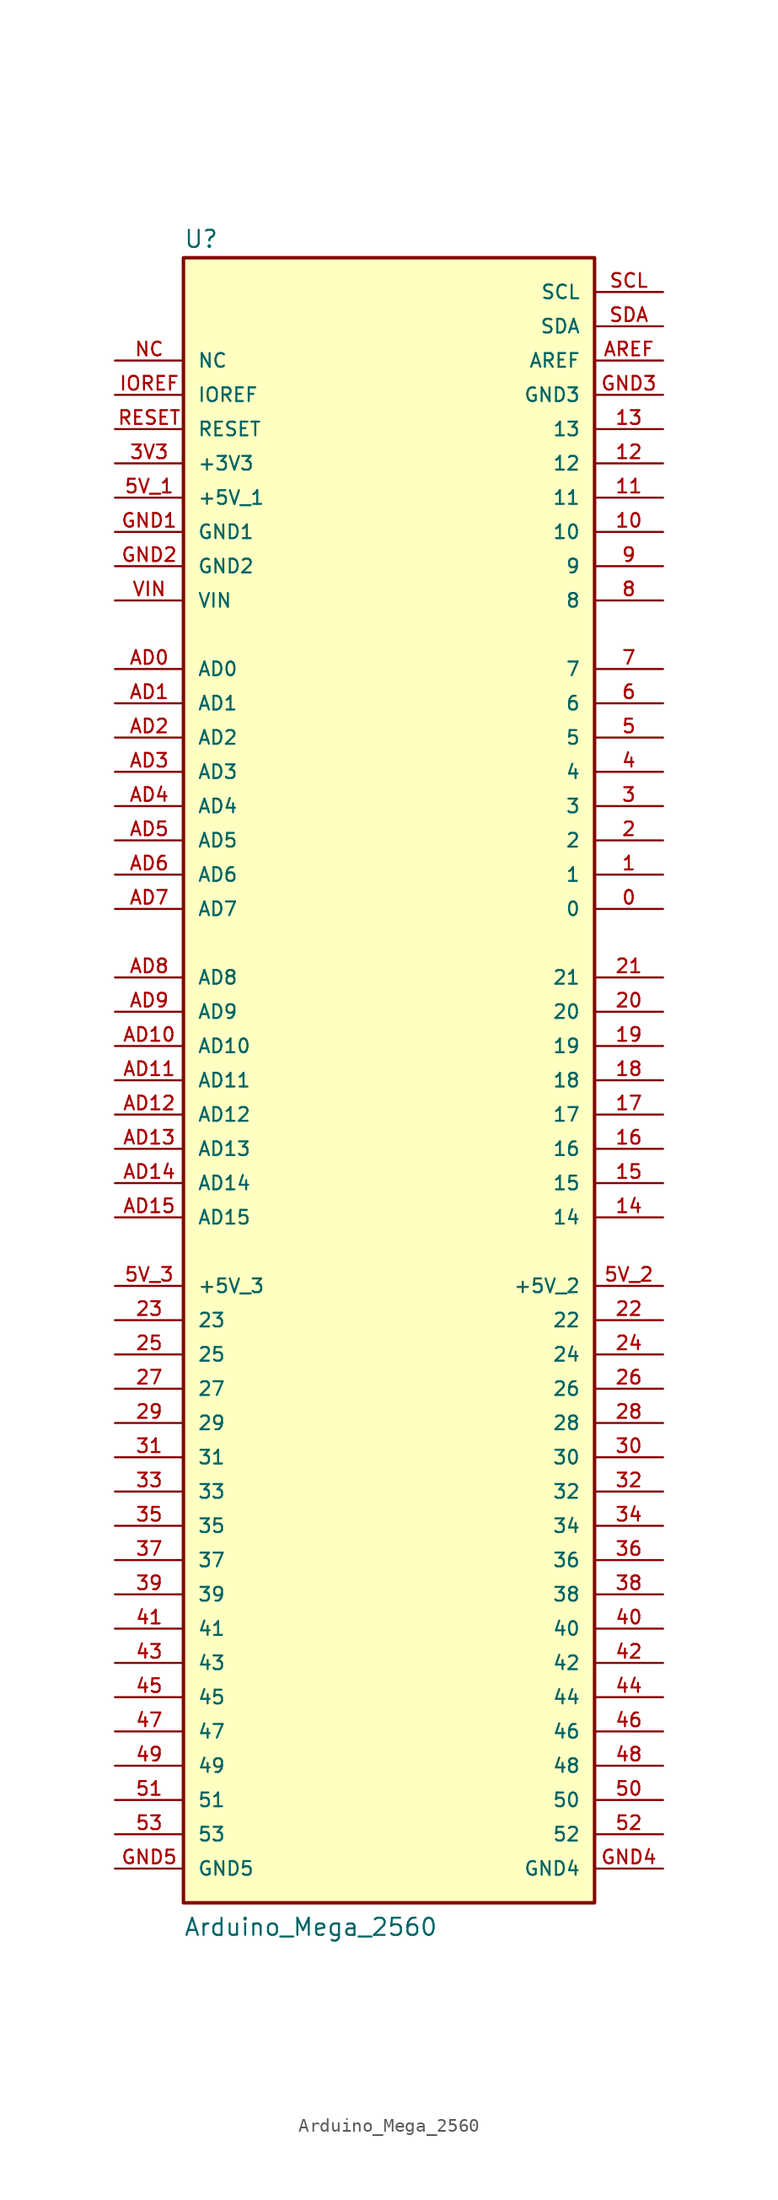
<source format=kicad_sym>
(kicad_symbol_lib
  (version 20241209)
  (generator "kicad_symbol_editor")
  (generator_version "9.0")
  (symbol "Arduino_Mega_2560"
    (pin_names
      (offset 1.016))
    (property "Reference" "U"
      (at -15.24 61.595 0)
      (effects (font (size 1.27 1.27)) (justify left bottom)))
    (property "Value" "Arduino_Mega_2560"
      (at -15.24 -63.5 0)
      (effects (font (size 1.27 1.27)) (justify left bottom)))
    (symbol "Arduino_Mega_2560_0_0"
      (rectangle (start -15.24 60.96) (end 15.24 -60.96) (stroke (width 0.254) (type default)) (fill (type background)))
      (pin passive line (at -20.32 53.34 0) (length 5.08) (name "NC" (effects (font (size 1.016 1.016)))) (number "NC" (effects (font (size 1.016 1.016)))))
      (pin passive line (at -20.32 50.8 0) (length 5.08) (name "IOREF" (effects (font (size 1.016 1.016)))) (number "IOREF" (effects (font (size 1.016 1.016)))))
      (pin passive line (at -20.32 48.26 0) (length 5.08) (name "RESET" (effects (font (size 1.016 1.016)))) (number "RESET" (effects (font (size 1.016 1.016)))))
      (pin passive line (at -20.32 45.72 0) (length 5.08) (name "+3V3" (effects (font (size 1.016 1.016)))) (number "3V3" (effects (font (size 1.016 1.016)))))
      (pin passive line (at -20.32 43.18 0) (length 5.08) (name "+5V_1" (effects (font (size 1.016 1.016)))) (number "5V_1" (effects (font (size 1.016 1.016)))))
      (pin passive line (at -20.32 40.64 0) (length 5.08) (name "GND1" (effects (font (size 1.016 1.016)))) (number "GND1" (effects (font (size 1.016 1.016)))))
      (pin passive line (at -20.32 38.1 0) (length 5.08) (name "GND2" (effects (font (size 1.016 1.016)))) (number "GND2" (effects (font (size 1.016 1.016)))))
      (pin passive line (at -20.32 35.56 0) (length 5.08) (name "VIN" (effects (font (size 1.016 1.016)))) (number "VIN" (effects (font (size 1.016 1.016)))))
      (pin passive line (at -20.32 30.48 0) (length 5.08) (name "AD0" (effects (font (size 1.016 1.016)))) (number "AD0" (effects (font (size 1.016 1.016)))))
      (pin passive line (at -20.32 27.94 0) (length 5.08) (name "AD1" (effects (font (size 1.016 1.016)))) (number "AD1" (effects (font (size 1.016 1.016)))))
      (pin passive line (at -20.32 25.4 0) (length 5.08) (name "AD2" (effects (font (size 1.016 1.016)))) (number "AD2" (effects (font (size 1.016 1.016)))))
      (pin passive line (at -20.32 22.86 0) (length 5.08) (name "AD3" (effects (font (size 1.016 1.016)))) (number "AD3" (effects (font (size 1.016 1.016)))))
      (pin passive line (at -20.32 20.32 0) (length 5.08) (name "AD4" (effects (font (size 1.016 1.016)))) (number "AD4" (effects (font (size 1.016 1.016)))))
      (pin passive line (at -20.32 17.78 0) (length 5.08) (name "AD5" (effects (font (size 1.016 1.016)))) (number "AD5" (effects (font (size 1.016 1.016)))))
      (pin passive line (at -20.32 15.24 0) (length 5.08) (name "AD6" (effects (font (size 1.016 1.016)))) (number "AD6" (effects (font (size 1.016 1.016)))))
      (pin passive line (at -20.32 12.7 0) (length 5.08) (name "AD7" (effects (font (size 1.016 1.016)))) (number "AD7" (effects (font (size 1.016 1.016)))))
      (pin passive line (at -20.32 7.62 0) (length 5.08) (name "AD8" (effects (font (size 1.016 1.016)))) (number "AD8" (effects (font (size 1.016 1.016)))))
      (pin passive line (at -20.32 5.08 0) (length 5.08) (name "AD9" (effects (font (size 1.016 1.016)))) (number "AD9" (effects (font (size 1.016 1.016)))))
      (pin passive line (at -20.32 2.54 0) (length 5.08) (name "AD10" (effects (font (size 1.016 1.016)))) (number "AD10" (effects (font (size 1.016 1.016)))))
      (pin passive line (at -20.32 0 0) (length 5.08) (name "AD11" (effects (font (size 1.016 1.016)))) (number "AD11" (effects (font (size 1.016 1.016)))))
      (pin passive line (at -20.32 -2.54 0) (length 5.08) (name "AD12" (effects (font (size 1.016 1.016)))) (number "AD12" (effects (font (size 1.016 1.016)))))
      (pin passive line (at -20.32 -5.08 0) (length 5.08) (name "AD13" (effects (font (size 1.016 1.016)))) (number "AD13" (effects (font (size 1.016 1.016)))))
      (pin passive line (at -20.32 -7.62 0) (length 5.08) (name "AD14" (effects (font (size 1.016 1.016)))) (number "AD14" (effects (font (size 1.016 1.016)))))
      (pin passive line (at -20.32 -10.16 0) (length 5.08) (name "AD15" (effects (font (size 1.016 1.016)))) (number "AD15" (effects (font (size 1.016 1.016)))))
      (pin passive line (at -20.32 -15.24 0) (length 5.08) (name "+5V_3" (effects (font (size 1.016 1.016)))) (number "5V_3" (effects (font (size 1.016 1.016)))))
      (pin passive line (at -20.32 -17.78 0) (length 5.08) (name "23" (effects (font (size 1.016 1.016)))) (number "23" (effects (font (size 1.016 1.016)))))
      (pin passive line (at -20.32 -20.32 0) (length 5.08) (name "25" (effects (font (size 1.016 1.016)))) (number "25" (effects (font (size 1.016 1.016)))))
      (pin passive line (at -20.32 -22.86 0) (length 5.08) (name "27" (effects (font (size 1.016 1.016)))) (number "27" (effects (font (size 1.016 1.016)))))
      (pin passive line (at -20.32 -25.4 0) (length 5.08) (name "29" (effects (font (size 1.016 1.016)))) (number "29" (effects (font (size 1.016 1.016)))))
      (pin passive line (at -20.32 -27.94 0) (length 5.08) (name "31" (effects (font (size 1.016 1.016)))) (number "31" (effects (font (size 1.016 1.016)))))
      (pin passive line (at -20.32 -30.48 0) (length 5.08) (name "33" (effects (font (size 1.016 1.016)))) (number "33" (effects (font (size 1.016 1.016)))))
      (pin passive line (at -20.32 -33.02 0) (length 5.08) (name "35" (effects (font (size 1.016 1.016)))) (number "35" (effects (font (size 1.016 1.016)))))
      (pin passive line (at -20.32 -35.56 0) (length 5.08) (name "37" (effects (font (size 1.016 1.016)))) (number "37" (effects (font (size 1.016 1.016)))))
      (pin passive line (at -20.32 -38.1 0) (length 5.08) (name "39" (effects (font (size 1.016 1.016)))) (number "39" (effects (font (size 1.016 1.016)))))
      (pin passive line (at -20.32 -40.64 0) (length 5.08) (name "41" (effects (font (size 1.016 1.016)))) (number "41" (effects (font (size 1.016 1.016)))))
      (pin passive line (at -20.32 -43.18 0) (length 5.08) (name "43" (effects (font (size 1.016 1.016)))) (number "43" (effects (font (size 1.016 1.016)))))
      (pin passive line (at -20.32 -45.72 0) (length 5.08) (name "45" (effects (font (size 1.016 1.016)))) (number "45" (effects (font (size 1.016 1.016)))))
      (pin passive line (at -20.32 -48.26 0) (length 5.08) (name "47" (effects (font (size 1.016 1.016)))) (number "47" (effects (font (size 1.016 1.016)))))
      (pin passive line (at -20.32 -50.8 0) (length 5.08) (name "49" (effects (font (size 1.016 1.016)))) (number "49" (effects (font (size 1.016 1.016)))))
      (pin passive line (at -20.32 -53.34 0) (length 5.08) (name "51" (effects (font (size 1.016 1.016)))) (number "51" (effects (font (size 1.016 1.016)))))
      (pin passive line (at -20.32 -55.88 0) (length 5.08) (name "53" (effects (font (size 1.016 1.016)))) (number "53" (effects (font (size 1.016 1.016)))))
      (pin passive line (at -20.32 -58.42 0) (length 5.08) (name "GND5" (effects (font (size 1.016 1.016)))) (number "GND5" (effects (font (size 1.016 1.016)))))
      (pin passive line (at 20.32 58.42 180) (length 5.08) (name "SCL" (effects (font (size 1.016 1.016)))) (number "SCL" (effects (font (size 1.016 1.016)))))
      (pin passive line (at 20.32 55.88 180) (length 5.08) (name "SDA" (effects (font (size 1.016 1.016)))) (number "SDA" (effects (font (size 1.016 1.016)))))
      (pin passive line (at 20.32 53.34 180) (length 5.08) (name "AREF" (effects (font (size 1.016 1.016)))) (number "AREF" (effects (font (size 1.016 1.016)))))
      (pin passive line (at 20.32 50.8 180) (length 5.08) (name "GND3" (effects (font (size 1.016 1.016)))) (number "GND3" (effects (font (size 1.016 1.016)))))
      (pin passive line (at 20.32 48.26 180) (length 5.08) (name "13" (effects (font (size 1.016 1.016)))) (number "13" (effects (font (size 1.016 1.016)))))
      (pin passive line (at 20.32 45.72 180) (length 5.08) (name "12" (effects (font (size 1.016 1.016)))) (number "12" (effects (font (size 1.016 1.016)))))
      (pin passive line (at 20.32 43.18 180) (length 5.08) (name "11" (effects (font (size 1.016 1.016)))) (number "11" (effects (font (size 1.016 1.016)))))
      (pin passive line (at 20.32 40.64 180) (length 5.08) (name "10" (effects (font (size 1.016 1.016)))) (number "10" (effects (font (size 1.016 1.016)))))
      (pin passive line (at 20.32 38.1 180) (length 5.08) (name "9" (effects (font (size 1.016 1.016)))) (number "9" (effects (font (size 1.016 1.016)))))
      (pin passive line (at 20.32 35.56 180) (length 5.08) (name "8" (effects (font (size 1.016 1.016)))) (number "8" (effects (font (size 1.016 1.016)))))
      (pin passive line (at 20.32 30.48 180) (length 5.08) (name "7" (effects (font (size 1.016 1.016)))) (number "7" (effects (font (size 1.016 1.016)))))
      (pin passive line (at 20.32 27.94 180) (length 5.08) (name "6" (effects (font (size 1.016 1.016)))) (number "6" (effects (font (size 1.016 1.016)))))
      (pin passive line (at 20.32 25.4 180) (length 5.08) (name "5" (effects (font (size 1.016 1.016)))) (number "5" (effects (font (size 1.016 1.016)))))
      (pin passive line (at 20.32 22.86 180) (length 5.08) (name "4" (effects (font (size 1.016 1.016)))) (number "4" (effects (font (size 1.016 1.016)))))
      (pin passive line (at 20.32 20.32 180) (length 5.08) (name "3" (effects (font (size 1.016 1.016)))) (number "3" (effects (font (size 1.016 1.016)))))
      (pin passive line (at 20.32 17.78 180) (length 5.08) (name "2" (effects (font (size 1.016 1.016)))) (number "2" (effects (font (size 1.016 1.016)))))
      (pin passive line (at 20.32 15.24 180) (length 5.08) (name "1" (effects (font (size 1.016 1.016)))) (number "1" (effects (font (size 1.016 1.016)))))
      (pin passive line (at 20.32 12.7 180) (length 5.08) (name "0" (effects (font (size 1.016 1.016)))) (number "0" (effects (font (size 1.016 1.016)))))
      (pin passive line (at 20.32 7.62 180) (length 5.08) (name "21" (effects (font (size 1.016 1.016)))) (number "21" (effects (font (size 1.016 1.016)))))
      (pin passive line (at 20.32 5.08 180) (length 5.08) (name "20" (effects (font (size 1.016 1.016)))) (number "20" (effects (font (size 1.016 1.016)))))
      (pin passive line (at 20.32 2.54 180) (length 5.08) (name "19" (effects (font (size 1.016 1.016)))) (number "19" (effects (font (size 1.016 1.016)))))
      (pin passive line (at 20.32 0 180) (length 5.08) (name "18" (effects (font (size 1.016 1.016)))) (number "18" (effects (font (size 1.016 1.016)))))
      (pin passive line (at 20.32 -2.54 180) (length 5.08) (name "17" (effects (font (size 1.016 1.016)))) (number "17" (effects (font (size 1.016 1.016)))))
      (pin passive line (at 20.32 -5.08 180) (length 5.08) (name "16" (effects (font (size 1.016 1.016)))) (number "16" (effects (font (size 1.016 1.016)))))
      (pin passive line (at 20.32 -7.62 180) (length 5.08) (name "15" (effects (font (size 1.016 1.016)))) (number "15" (effects (font (size 1.016 1.016)))))
      (pin passive line (at 20.32 -10.16 180) (length 5.08) (name "14" (effects (font (size 1.016 1.016)))) (number "14" (effects (font (size 1.016 1.016)))))
      (pin passive line (at 20.32 -15.24 180) (length 5.08) (name "+5V_2" (effects (font (size 1.016 1.016)))) (number "5V_2" (effects (font (size 1.016 1.016)))))
      (pin passive line (at 20.32 -17.78 180) (length 5.08) (name "22" (effects (font (size 1.016 1.016)))) (number "22" (effects (font (size 1.016 1.016)))))
      (pin passive line (at 20.32 -20.32 180) (length 5.08) (name "24" (effects (font (size 1.016 1.016)))) (number "24" (effects (font (size 1.016 1.016)))))
      (pin passive line (at 20.32 -22.86 180) (length 5.08) (name "26" (effects (font (size 1.016 1.016)))) (number "26" (effects (font (size 1.016 1.016)))))
      (pin passive line (at 20.32 -25.4 180) (length 5.08) (name "28" (effects (font (size 1.016 1.016)))) (number "28" (effects (font (size 1.016 1.016)))))
      (pin passive line (at 20.32 -27.94 180) (length 5.08) (name "30" (effects (font (size 1.016 1.016)))) (number "30" (effects (font (size 1.016 1.016)))))
      (pin passive line (at 20.32 -30.48 180) (length 5.08) (name "32" (effects (font (size 1.016 1.016)))) (number "32" (effects (font (size 1.016 1.016)))))
      (pin passive line (at 20.32 -33.02 180) (length 5.08) (name "34" (effects (font (size 1.016 1.016)))) (number "34" (effects (font (size 1.016 1.016)))))
      (pin passive line (at 20.32 -35.56 180) (length 5.08) (name "36" (effects (font (size 1.016 1.016)))) (number "36" (effects (font (size 1.016 1.016)))))
      (pin passive line (at 20.32 -38.1 180) (length 5.08) (name "38" (effects (font (size 1.016 1.016)))) (number "38" (effects (font (size 1.016 1.016)))))
      (pin passive line (at 20.32 -40.64 180) (length 5.08) (name "40" (effects (font (size 1.016 1.016)))) (number "40" (effects (font (size 1.016 1.016)))))
      (pin passive line (at 20.32 -43.18 180) (length 5.08) (name "42" (effects (font (size 1.016 1.016)))) (number "42" (effects (font (size 1.016 1.016)))))
      (pin passive line (at 20.32 -45.72 180) (length 5.08) (name "44" (effects (font (size 1.016 1.016)))) (number "44" (effects (font (size 1.016 1.016)))))
      (pin passive line (at 20.32 -48.26 180) (length 5.08) (name "46" (effects (font (size 1.016 1.016)))) (number "46" (effects (font (size 1.016 1.016)))))
      (pin passive line (at 20.32 -50.8 180) (length 5.08) (name "48" (effects (font (size 1.016 1.016)))) (number "48" (effects (font (size 1.016 1.016)))))
      (pin passive line (at 20.32 -53.34 180) (length 5.08) (name "50" (effects (font (size 1.016 1.016)))) (number "50" (effects (font (size 1.016 1.016)))))
      (pin passive line (at 20.32 -55.88 180) (length 5.08) (name "52" (effects (font (size 1.016 1.016)))) (number "52" (effects (font (size 1.016 1.016)))))
      (pin passive line (at 20.32 -58.42 180) (length 5.08) (name "GND4" (effects (font (size 1.016 1.016)))) (number "GND4" (effects (font (size 1.016 1.016))))))))
</source>
